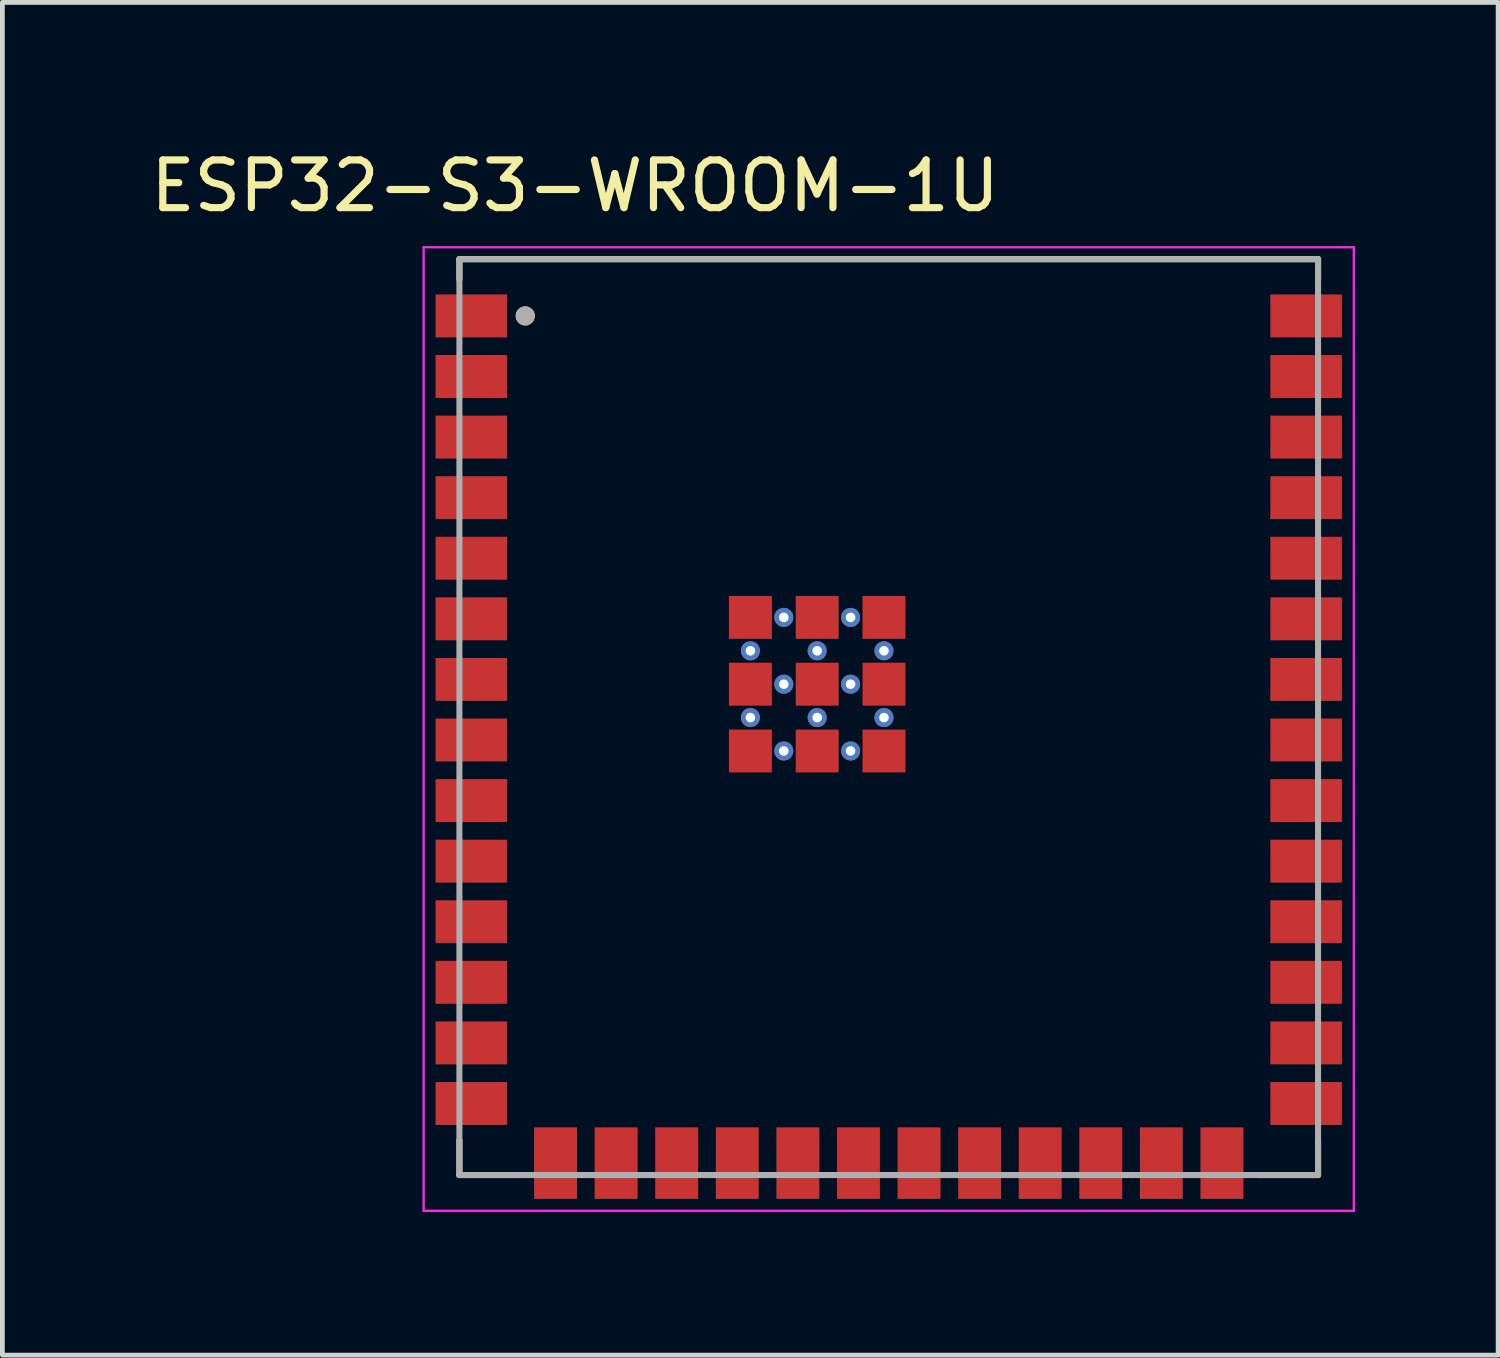
<source format=kicad_pcb>
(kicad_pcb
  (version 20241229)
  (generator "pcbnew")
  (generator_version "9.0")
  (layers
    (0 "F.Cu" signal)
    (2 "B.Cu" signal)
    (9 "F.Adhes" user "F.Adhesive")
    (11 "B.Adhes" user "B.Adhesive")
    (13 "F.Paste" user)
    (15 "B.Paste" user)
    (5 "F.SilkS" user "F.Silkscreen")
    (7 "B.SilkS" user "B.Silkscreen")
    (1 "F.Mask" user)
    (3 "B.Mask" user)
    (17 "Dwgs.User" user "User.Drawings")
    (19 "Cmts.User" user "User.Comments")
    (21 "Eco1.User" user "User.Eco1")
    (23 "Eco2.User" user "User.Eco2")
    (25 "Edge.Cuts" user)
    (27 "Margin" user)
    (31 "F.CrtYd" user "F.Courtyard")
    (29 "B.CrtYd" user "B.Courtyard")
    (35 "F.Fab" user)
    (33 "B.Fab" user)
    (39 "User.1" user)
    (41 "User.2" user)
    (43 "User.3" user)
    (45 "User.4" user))
  (footprint "ESP32-S3-WROOM-1U"
    (layer "F.Cu")
    (at 15.581 11.983)
    (property "Reference" "ESP32-S3-WROOM-1U" (at -6.575 -11.135 0) (layer "F.SilkS") (effects (font (size 1 1) (thickness 0.15))))
    (attr smd)
    (fp_line (start -9 -9.6) (end 9 -9.6) (stroke (width 0.127) (type solid)) (layer "F.SilkS"))
    (fp_line (start -9 -9.18) (end -9 -9.6) (stroke (width 0.127) (type solid)) (layer "F.SilkS"))
    (fp_line (start -9 9.6) (end -9 8.87) (stroke (width 0.127) (type solid)) (layer "F.SilkS"))
    (fp_line (start -7.755 9.6) (end -9 9.6) (stroke (width 0.127) (type solid)) (layer "F.SilkS"))
    (fp_line (start 9 -9.6) (end 9 -9.18) (stroke (width 0.127) (type solid)) (layer "F.SilkS"))
    (fp_line (start 9 9.6) (end 7.755 9.6) (stroke (width 0.127) (type solid)) (layer "F.SilkS"))
    (fp_line (start 9 9.6) (end 9 8.87) (stroke (width 0.127) (type solid)) (layer "F.SilkS"))
    (fp_circle (center -7.62 -8.41) (end -7.52 -8.41) (stroke (width 0.2) (type solid)) (fill no) (layer "F.SilkS"))
    (fp_line (start -9.75 -9.85) (end -9.75 10.35) (stroke (width 0.05) (type solid)) (layer "F.CrtYd"))
    (fp_line (start -9.75 10.35) (end 9.75 10.35) (stroke (width 0.05) (type solid)) (layer "F.CrtYd"))
    (fp_line (start 9.75 -9.85) (end -9.75 -9.85) (stroke (width 0.05) (type solid)) (layer "F.CrtYd"))
    (fp_line (start 9.75 10.35) (end 9.75 -9.85) (stroke (width 0.05) (type solid)) (layer "F.CrtYd"))
    (fp_line (start -9 -9.6) (end 9 -9.6) (stroke (width 0.127) (type solid)) (layer "F.Fab"))
    (fp_line (start -9 9.6) (end -9 -9.6) (stroke (width 0.127) (type solid)) (layer "F.Fab"))
    (fp_line (start 9 -9.6) (end 9 9.6) (stroke (width 0.127) (type solid)) (layer "F.Fab"))
    (fp_line (start 9 9.6) (end -9 9.6) (stroke (width 0.127) (type solid)) (layer "F.Fab"))
    (fp_circle (center -7.62 -8.41) (end -7.52 -8.41) (stroke (width 0.2) (type solid)) (fill no) (layer "F.Fab"))
    (pad "1" smd rect (at -8.75 -8.41) (size 1.5 0.9) (layers "F.Cu" "F.Mask" "F.Paste"))
    (pad "2" smd rect (at -8.75 -7.14) (size 1.5 0.9) (layers "F.Cu" "F.Mask" "F.Paste"))
    (pad "3" smd rect (at -8.75 -5.87) (size 1.5 0.9) (layers "F.Cu" "F.Mask" "F.Paste"))
    (pad "4" smd rect (at -8.75 -4.6) (size 1.5 0.9) (layers "F.Cu" "F.Mask" "F.Paste"))
    (pad "5" smd rect (at -8.75 -3.33) (size 1.5 0.9) (layers "F.Cu" "F.Mask" "F.Paste"))
    (pad "6" smd rect (at -8.75 -2.06) (size 1.5 0.9) (layers "F.Cu" "F.Mask" "F.Paste"))
    (pad "7" smd rect (at -8.75 -0.79) (size 1.5 0.9) (layers "F.Cu" "F.Mask" "F.Paste"))
    (pad "8" smd rect (at -8.75 0.48) (size 1.5 0.9) (layers "F.Cu" "F.Mask" "F.Paste"))
    (pad "9" smd rect (at -8.75 1.75) (size 1.5 0.9) (layers "F.Cu" "F.Mask" "F.Paste"))
    (pad "10" smd rect (at -8.75 3.02) (size 1.5 0.9) (layers "F.Cu" "F.Mask" "F.Paste"))
    (pad "11" smd rect (at -8.75 4.29) (size 1.5 0.9) (layers "F.Cu" "F.Mask" "F.Paste"))
    (pad "12" smd rect (at -8.75 5.56) (size 1.5 0.9) (layers "F.Cu" "F.Mask" "F.Paste"))
    (pad "13" smd rect (at -8.75 6.83) (size 1.5 0.9) (layers "F.Cu" "F.Mask" "F.Paste"))
    (pad "14" smd rect (at -8.75 8.1) (size 1.5 0.9) (layers "F.Cu" "F.Mask" "F.Paste"))
    (pad "15" smd rect (at -6.985 9.35) (size 0.9 1.5) (layers "F.Cu" "F.Mask" "F.Paste"))
    (pad "16" smd rect (at -5.715 9.35) (size 0.9 1.5) (layers "F.Cu" "F.Mask" "F.Paste"))
    (pad "17" smd rect (at -4.445 9.35) (size 0.9 1.5) (layers "F.Cu" "F.Mask" "F.Paste"))
    (pad "18" smd rect (at -3.175 9.35) (size 0.9 1.5) (layers "F.Cu" "F.Mask" "F.Paste"))
    (pad "19" smd rect (at -1.905 9.35) (size 0.9 1.5) (layers "F.Cu" "F.Mask" "F.Paste"))
    (pad "20" smd rect (at -0.635 9.35) (size 0.9 1.5) (layers "F.Cu" "F.Mask" "F.Paste"))
    (pad "21" smd rect (at 0.635 9.35) (size 0.9 1.5) (layers "F.Cu" "F.Mask" "F.Paste"))
    (pad "22" smd rect (at 1.905 9.35) (size 0.9 1.5) (layers "F.Cu" "F.Mask" "F.Paste"))
    (pad "23" smd rect (at 3.175 9.35) (size 0.9 1.5) (layers "F.Cu" "F.Mask" "F.Paste"))
    (pad "24" smd rect (at 4.445 9.35) (size 0.9 1.5) (layers "F.Cu" "F.Mask" "F.Paste"))
    (pad "25" smd rect (at 5.715 9.35) (size 0.9 1.5) (layers "F.Cu" "F.Mask" "F.Paste"))
    (pad "26" smd rect (at 6.985 9.35) (size 0.9 1.5) (layers "F.Cu" "F.Mask" "F.Paste"))
    (pad "27" smd rect (at 8.75 8.1) (size 1.5 0.9) (layers "F.Cu" "F.Mask" "F.Paste"))
    (pad "28" smd rect (at 8.75 6.83) (size 1.5 0.9) (layers "F.Cu" "F.Mask" "F.Paste"))
    (pad "29" smd rect (at 8.75 5.56) (size 1.5 0.9) (layers "F.Cu" "F.Mask" "F.Paste"))
    (pad "30" smd rect (at 8.75 4.29) (size 1.5 0.9) (layers "F.Cu" "F.Mask" "F.Paste"))
    (pad "31" smd rect (at 8.75 3.02) (size 1.5 0.9) (layers "F.Cu" "F.Mask" "F.Paste"))
    (pad "32" smd rect (at 8.75 1.75) (size 1.5 0.9) (layers "F.Cu" "F.Mask" "F.Paste"))
    (pad "33" smd rect (at 8.75 0.48) (size 1.5 0.9) (layers "F.Cu" "F.Mask" "F.Paste"))
    (pad "34" smd rect (at 8.75 -0.79) (size 1.5 0.9) (layers "F.Cu" "F.Mask" "F.Paste"))
    (pad "35" smd rect (at 8.75 -2.06) (size 1.5 0.9) (layers "F.Cu" "F.Mask" "F.Paste"))
    (pad "36" smd rect (at 8.75 -3.33) (size 1.5 0.9) (layers "F.Cu" "F.Mask" "F.Paste"))
    (pad "37" smd rect (at 8.75 -4.6) (size 1.5 0.9) (layers "F.Cu" "F.Mask" "F.Paste"))
    (pad "38" smd rect (at 8.75 -5.87) (size 1.5 0.9) (layers "F.Cu" "F.Mask" "F.Paste"))
    (pad "39" smd rect (at 8.75 -7.14) (size 1.5 0.9) (layers "F.Cu" "F.Mask" "F.Paste"))
    (pad "40" smd rect (at 8.75 -8.41) (size 1.5 0.9) (layers "F.Cu" "F.Mask" "F.Paste"))
    (pad "41" smd rect (at -2.9 -2.09) (size 0.9 0.9) (property pad_prop_heatsink) (layers "F.Cu" "F.Mask" "F.Paste"))
    (pad "41" thru_hole circle (at -2.9 -1.39) (size 0.4 0.4) (drill 0.2) (property pad_prop_heatsink) (layers "*.Cu"))
    (pad "41" smd rect (at -2.9 -0.69) (size 0.9 0.9) (property pad_prop_heatsink) (layers "F.Cu" "F.Mask" "F.Paste"))
    (pad "41" thru_hole circle (at -2.9 0.01) (size 0.4 0.4) (drill 0.2) (property pad_prop_heatsink) (layers "*.Cu"))
    (pad "41" smd rect (at -2.9 0.71) (size 0.9 0.9) (property pad_prop_heatsink) (layers "F.Cu" "F.Mask" "F.Paste"))
    (pad "41" thru_hole circle (at -2.2 -2.09) (size 0.4 0.4) (drill 0.2) (property pad_prop_heatsink) (layers "*.Cu"))
    (pad "41" thru_hole circle (at -2.2 -0.69) (size 0.4 0.4) (drill 0.2) (property pad_prop_heatsink) (layers "*.Cu"))
    (pad "41" thru_hole circle (at -2.2 0.71) (size 0.4 0.4) (drill 0.2) (property pad_prop_heatsink) (layers "*.Cu"))
    (pad "41" smd rect (at -1.5 -2.09) (size 0.9 0.9) (property pad_prop_heatsink) (layers "F.Cu" "F.Mask" "F.Paste"))
    (pad "41" thru_hole circle (at -1.5 -1.39) (size 0.4 0.4) (drill 0.2) (property pad_prop_heatsink) (layers "*.Cu"))
    (pad "41" smd rect (at -1.5 -0.69) (size 0.9 0.9) (property pad_prop_heatsink) (layers "F.Cu" "F.Mask" "F.Paste"))
    (pad "41" thru_hole circle (at -1.5 0.01) (size 0.4 0.4) (drill 0.2) (property pad_prop_heatsink) (layers "*.Cu"))
    (pad "41" smd rect (at -1.5 0.71) (size 0.9 0.9) (property pad_prop_heatsink) (layers "F.Cu" "F.Mask" "F.Paste"))
    (pad "41" thru_hole circle (at -0.8 -2.09) (size 0.4 0.4) (drill 0.2) (property pad_prop_heatsink) (layers "*.Cu"))
    (pad "41" thru_hole circle (at -0.8 -0.69) (size 0.4 0.4) (drill 0.2) (property pad_prop_heatsink) (layers "*.Cu"))
    (pad "41" thru_hole circle (at -0.8 0.71) (size 0.4 0.4) (drill 0.2) (property pad_prop_heatsink) (layers "*.Cu"))
    (pad "41" smd rect (at -0.1 -2.09) (size 0.9 0.9) (property pad_prop_heatsink) (layers "F.Cu" "F.Mask" "F.Paste"))
    (pad "41" thru_hole circle (at -0.1 -1.39) (size 0.4 0.4) (drill 0.2) (property pad_prop_heatsink) (layers "*.Cu"))
    (pad "41" smd rect (at -0.1 -0.69) (size 0.9 0.9) (property pad_prop_heatsink) (layers "F.Cu" "F.Mask" "F.Paste"))
    (pad "41" thru_hole circle (at -0.1 0.01) (size 0.4 0.4) (drill 0.2) (property pad_prop_heatsink) (layers "*.Cu"))
    (pad "41" smd rect (at -0.1 0.71) (size 0.9 0.9) (property pad_prop_heatsink) (layers "F.Cu" "F.Mask" "F.Paste")))
  (gr_rect
    (start -3 -3)
    (end 28.356 25.358)
    (stroke (width 0.1) (type default))
    (fill no)
    (layer "Edge.Cuts")))
</source>
